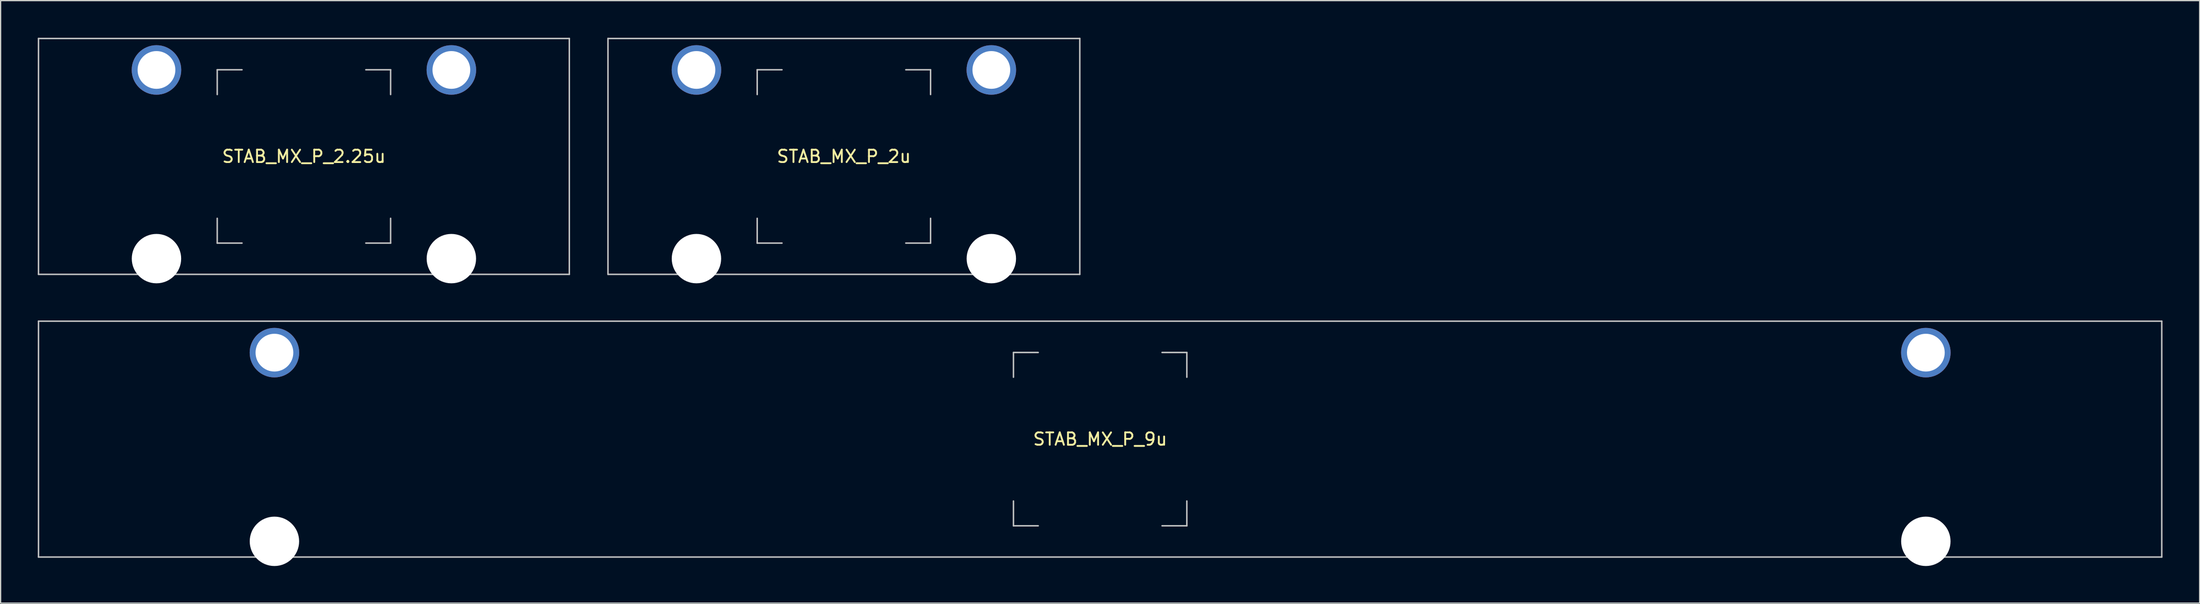
<source format=kicad_pcb>
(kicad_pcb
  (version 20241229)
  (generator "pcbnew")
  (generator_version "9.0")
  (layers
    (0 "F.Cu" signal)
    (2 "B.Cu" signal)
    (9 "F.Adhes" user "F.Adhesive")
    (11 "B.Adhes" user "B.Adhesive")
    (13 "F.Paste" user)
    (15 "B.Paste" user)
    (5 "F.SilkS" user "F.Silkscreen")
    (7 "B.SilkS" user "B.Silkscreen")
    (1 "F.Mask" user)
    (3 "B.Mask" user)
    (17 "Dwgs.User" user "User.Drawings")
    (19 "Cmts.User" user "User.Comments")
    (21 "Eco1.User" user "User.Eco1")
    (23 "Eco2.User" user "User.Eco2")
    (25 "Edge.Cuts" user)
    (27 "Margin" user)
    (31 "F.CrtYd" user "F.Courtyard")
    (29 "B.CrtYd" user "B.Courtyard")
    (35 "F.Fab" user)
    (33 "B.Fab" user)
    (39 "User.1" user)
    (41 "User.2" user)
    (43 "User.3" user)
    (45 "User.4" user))
  (footprint "STAB_MX_P_2.25u"
    (layer "F.Cu")
    (at 21.491 9.585)
    (property "Reference" "STAB_MX_P_2.25u" (at 0 0 0) (layer "F.SilkS") (effects (font (size 1 1) (thickness 0.15))))
    (attr through_hole exclude_from_pos_files exclude_from_bom)
    (fp_line (start -21.431 -9.525) (end -21.431 9.525) (stroke (width 0.12) (type solid)) (layer "Dwgs.User"))
    (fp_line (start -21.431 -9.525) (end 21.431 -9.525) (stroke (width 0.12) (type solid)) (layer "Dwgs.User"))
    (fp_line (start -21.431 9.525) (end 21.431 9.525) (stroke (width 0.12) (type solid)) (layer "Dwgs.User"))
    (fp_line (start -7 -7) (end -5 -7) (stroke (width 0.12) (type solid)) (layer "Dwgs.User"))
    (fp_line (start -7 -5) (end -7 -7) (stroke (width 0.12) (type solid)) (layer "Dwgs.User"))
    (fp_line (start -7 7) (end -7 5) (stroke (width 0.12) (type solid)) (layer "Dwgs.User"))
    (fp_line (start -5 7) (end -7 7) (stroke (width 0.12) (type solid)) (layer "Dwgs.User"))
    (fp_line (start 5 -7) (end 7 -7) (stroke (width 0.12) (type solid)) (layer "Dwgs.User"))
    (fp_line (start 5 7) (end 7 7) (stroke (width 0.12) (type solid)) (layer "Dwgs.User"))
    (fp_line (start 7 -7) (end 7 -5) (stroke (width 0.12) (type solid)) (layer "Dwgs.User"))
    (fp_line (start 7 7) (end 7 5) (stroke (width 0.12) (type solid)) (layer "Dwgs.User"))
    (fp_line (start 21.431 -9.525) (end 21.431 9.525) (stroke (width 0.12) (type solid)) (layer "Dwgs.User"))
    (fp_line (start -15.281 -5.5) (end -15.281 7.5) (stroke (width 0.05) (type solid)) (layer "Eco2.User"))
    (fp_line (start -14.781 -6) (end -9.031 -6) (stroke (width 0.05) (type solid)) (layer "Eco2.User"))
    (fp_line (start -14.781 8) (end -9.031 8) (stroke (width 0.05) (type solid)) (layer "Eco2.User"))
    (fp_line (start -8.531 -5.5) (end -8.531 7.5) (stroke (width 0.05) (type solid)) (layer "Eco2.User"))
    (fp_line (start 8.531 -5.5) (end 8.531 7.5) (stroke (width 0.05) (type solid)) (layer "Eco2.User"))
    (fp_line (start 9.031 -6) (end 14.78 -6) (stroke (width 0.05) (type solid)) (layer "Eco2.User"))
    (fp_line (start 9.031 8) (end 14.781 8) (stroke (width 0.05) (type solid)) (layer "Eco2.User"))
    (fp_line (start 15.28 -5.5) (end 15.281 7.5) (stroke (width 0.05) (type solid)) (layer "Eco2.User"))
    (fp_arc (start -15.28125 -5.499999) (mid -15.134803 -5.853552) (end -14.78125 -5.999999) (stroke (width 0.05) (type solid)) (layer "Eco2.User"))
    (fp_arc (start -14.78125 8.000001) (mid -15.134803 7.853554) (end -15.28125 7.500001) (stroke (width 0.05) (type solid)) (layer "Eco2.User"))
    (fp_arc (start -9.03125 -5.999999) (mid -8.677697 -5.853552) (end -8.53125 -5.499999) (stroke (width 0.05) (type solid)) (layer "Eco2.User"))
    (fp_arc (start -8.53125 7.500001) (mid -8.677697 7.853554) (end -9.03125 8.000001) (stroke (width 0.05) (type solid)) (layer "Eco2.User"))
    (fp_arc (start 8.53125 -5.499999) (mid 8.677697 -5.853552) (end 9.03125 -5.999999) (stroke (width 0.05) (type solid)) (layer "Eco2.User"))
    (fp_arc (start 9.03125 8.000001) (mid 8.677697 7.853554) (end 8.53125 7.500001) (stroke (width 0.05) (type solid)) (layer "Eco2.User"))
    (fp_arc (start 14.780039 -5.999999) (mid 15.133592 -5.853552) (end 15.280039 -5.499999) (stroke (width 0.05) (type solid)) (layer "Eco2.User"))
    (fp_arc (start 15.28125 7.500001) (mid 15.134803 7.853554) (end 14.78125 8.000001) (stroke (width 0.05) (type solid)) (layer "Eco2.User"))
    (pad "" thru_hole circle (at -11.906 -6.985) (size 4 4) (drill 3.048) (layers "*.Cu" "B.Mask"))
    (pad "" np_thru_hole circle (at -11.906 8.255) (size 3.988 3.988) (drill 3.988) (layers "*.Cu" "*.Mask"))
    (pad "" thru_hole circle (at 11.906 -6.985) (size 4 4) (drill 3.048) (layers "*.Cu" "B.Mask"))
    (pad "" np_thru_hole circle (at 11.906 8.255) (size 3.988 3.988) (drill 3.988) (layers "*.Cu" "*.Mask")))
  (footprint "STAB_MX_P_2u"
    (layer "F.Cu")
    (at 65.093 9.585)
    (property "Reference" "STAB_MX_P_2u" (at 0 0 0) (layer "F.SilkS") (effects (font (size 1 1) (thickness 0.15))))
    (attr through_hole exclude_from_pos_files exclude_from_bom)
    (fp_line (start -19.05 -9.525) (end -19.05 9.525) (stroke (width 0.12) (type solid)) (layer "Dwgs.User"))
    (fp_line (start -19.05 -9.525) (end 19.05 -9.525) (stroke (width 0.12) (type solid)) (layer "Dwgs.User"))
    (fp_line (start -19.05 9.525) (end 19.05 9.525) (stroke (width 0.12) (type solid)) (layer "Dwgs.User"))
    (fp_line (start -7 -7) (end -5 -7) (stroke (width 0.12) (type solid)) (layer "Dwgs.User"))
    (fp_line (start -7 -5) (end -7 -7) (stroke (width 0.12) (type solid)) (layer "Dwgs.User"))
    (fp_line (start -7 7) (end -7 5) (stroke (width 0.12) (type solid)) (layer "Dwgs.User"))
    (fp_line (start -5 7) (end -7 7) (stroke (width 0.12) (type solid)) (layer "Dwgs.User"))
    (fp_line (start 5 -7) (end 7 -7) (stroke (width 0.12) (type solid)) (layer "Dwgs.User"))
    (fp_line (start 5 7) (end 7 7) (stroke (width 0.12) (type solid)) (layer "Dwgs.User"))
    (fp_line (start 7 -7) (end 7 -5) (stroke (width 0.12) (type solid)) (layer "Dwgs.User"))
    (fp_line (start 7 7) (end 7 5) (stroke (width 0.12) (type solid)) (layer "Dwgs.User"))
    (fp_line (start 19.05 -9.525) (end 19.05 9.525) (stroke (width 0.12) (type solid)) (layer "Dwgs.User"))
    (fp_line (start -15.281 -5.5) (end -15.281 7.5) (stroke (width 0.05) (type solid)) (layer "Eco2.User"))
    (fp_line (start -14.781 -6) (end -9.031 -6) (stroke (width 0.05) (type solid)) (layer "Eco2.User"))
    (fp_line (start -14.781 8) (end -9.031 8) (stroke (width 0.05) (type solid)) (layer "Eco2.User"))
    (fp_line (start -8.531 -5.5) (end -8.531 7.5) (stroke (width 0.05) (type solid)) (layer "Eco2.User"))
    (fp_line (start 8.531 -5.5) (end 8.531 7.5) (stroke (width 0.05) (type solid)) (layer "Eco2.User"))
    (fp_line (start 9.031 -6) (end 14.78 -6) (stroke (width 0.05) (type solid)) (layer "Eco2.User"))
    (fp_line (start 9.031 8) (end 14.781 8) (stroke (width 0.05) (type solid)) (layer "Eco2.User"))
    (fp_line (start 15.28 -5.5) (end 15.281 7.5) (stroke (width 0.05) (type solid)) (layer "Eco2.User"))
    (fp_arc (start -15.28125 -5.499999) (mid -15.134803 -5.853552) (end -14.78125 -5.999999) (stroke (width 0.05) (type solid)) (layer "Eco2.User"))
    (fp_arc (start -14.78125 8.000001) (mid -15.134803 7.853554) (end -15.28125 7.500001) (stroke (width 0.05) (type solid)) (layer "Eco2.User"))
    (fp_arc (start -9.03125 -5.999999) (mid -8.677697 -5.853552) (end -8.53125 -5.499999) (stroke (width 0.05) (type solid)) (layer "Eco2.User"))
    (fp_arc (start -8.53125 7.500001) (mid -8.677697 7.853554) (end -9.03125 8.000001) (stroke (width 0.05) (type solid)) (layer "Eco2.User"))
    (fp_arc (start 8.53125 -5.499999) (mid 8.677697 -5.853552) (end 9.03125 -5.999999) (stroke (width 0.05) (type solid)) (layer "Eco2.User"))
    (fp_arc (start 9.03125 8.000001) (mid 8.677697 7.853554) (end 8.53125 7.500001) (stroke (width 0.05) (type solid)) (layer "Eco2.User"))
    (fp_arc (start 14.780039 -5.999999) (mid 15.133592 -5.853552) (end 15.280039 -5.499999) (stroke (width 0.05) (type solid)) (layer "Eco2.User"))
    (fp_arc (start 15.28125 7.500001) (mid 15.134803 7.853554) (end 14.78125 8.000001) (stroke (width 0.05) (type solid)) (layer "Eco2.User"))
    (pad "" thru_hole circle (at -11.906 -6.985) (size 4 4) (drill 3.048) (layers "*.Cu" "B.Mask"))
    (pad "" np_thru_hole circle (at -11.906 8.255) (size 3.988 3.988) (drill 3.988) (layers "*.Cu" "*.Mask"))
    (pad "" thru_hole circle (at 11.906 -6.985) (size 4 4) (drill 3.048) (layers "*.Cu" "B.Mask"))
    (pad "" np_thru_hole circle (at 11.906 8.255) (size 3.988 3.988) (drill 3.988) (layers "*.Cu" "*.Mask")))
  (footprint "STAB_MX_P_9u"
    (layer "F.Cu")
    (at 85.785 32.419)
    (property "Reference" "STAB_MX_P_9u" (at 0 0 0) (layer "F.SilkS") (effects (font (size 1 1) (thickness 0.15))))
    (attr through_hole exclude_from_pos_files exclude_from_bom)
    (fp_line (start -85.725 -9.525) (end -85.725 9.525) (stroke (width 0.12) (type solid)) (layer "Dwgs.User"))
    (fp_line (start -85.725 -9.525) (end 85.725 -9.525) (stroke (width 0.12) (type solid)) (layer "Dwgs.User"))
    (fp_line (start -7 -7) (end -5 -7) (stroke (width 0.12) (type solid)) (layer "Dwgs.User"))
    (fp_line (start -7 -5) (end -7 -7) (stroke (width 0.12) (type solid)) (layer "Dwgs.User"))
    (fp_line (start -7 7) (end -7 5) (stroke (width 0.12) (type solid)) (layer "Dwgs.User"))
    (fp_line (start -5 7) (end -7 7) (stroke (width 0.12) (type solid)) (layer "Dwgs.User"))
    (fp_line (start 5 -7) (end 7 -7) (stroke (width 0.12) (type solid)) (layer "Dwgs.User"))
    (fp_line (start 5 7) (end 7 7) (stroke (width 0.12) (type solid)) (layer "Dwgs.User"))
    (fp_line (start 7 -7) (end 7 -5) (stroke (width 0.12) (type solid)) (layer "Dwgs.User"))
    (fp_line (start 7 7) (end 7 5) (stroke (width 0.12) (type solid)) (layer "Dwgs.User"))
    (fp_line (start 85.725 -9.525) (end 85.725 9.525) (stroke (width 0.12) (type solid)) (layer "Dwgs.User"))
    (fp_line (start 85.725 9.525) (end -85.725 9.525) (stroke (width 0.12) (type solid)) (layer "Dwgs.User"))
    (fp_line (start -70.05 -5.5) (end -70.05 7.5) (stroke (width 0.05) (type solid)) (layer "Eco2.User"))
    (fp_line (start -69.55 -6) (end -63.801 -6) (stroke (width 0.05) (type solid)) (layer "Eco2.User"))
    (fp_line (start -69.55 8) (end -63.8 8) (stroke (width 0.05) (type solid)) (layer "Eco2.User"))
    (fp_line (start -63.301 -5.5) (end -63.3 7.5) (stroke (width 0.05) (type solid)) (layer "Eco2.User"))
    (fp_line (start 63.3 -5.5) (end 63.3 7.5) (stroke (width 0.05) (type solid)) (layer "Eco2.User"))
    (fp_line (start 63.8 -6) (end 69.549 -6) (stroke (width 0.05) (type solid)) (layer "Eco2.User"))
    (fp_line (start 63.8 8) (end 69.55 8) (stroke (width 0.05) (type solid)) (layer "Eco2.User"))
    (fp_line (start 70.049 -5.5) (end 70.05 7.5) (stroke (width 0.05) (type solid)) (layer "Eco2.User"))
    (fp_arc (start -70.05 -5.499999) (mid -69.903554 -5.853553) (end -69.55 -5.999999) (stroke (width 0.05) (type solid)) (layer "Eco2.User"))
    (fp_arc (start -69.55 8.000001) (mid -69.903554 7.853554) (end -70.05 7.500001) (stroke (width 0.05) (type solid)) (layer "Eco2.User"))
    (fp_arc (start -63.801211 -5.999999) (mid -63.447651 -5.853556) (end -63.301211 -5.499999) (stroke (width 0.05) (type solid)) (layer "Eco2.User"))
    (fp_arc (start -63.3 7.500001) (mid -63.446447 7.853554) (end -63.8 8.000001) (stroke (width 0.05) (type solid)) (layer "Eco2.User"))
    (fp_arc (start 63.3 -5.499999) (mid 63.446446 -5.853553) (end 63.8 -5.999999) (stroke (width 0.05) (type solid)) (layer "Eco2.User"))
    (fp_arc (start 63.8 8.000001) (mid 63.446446 7.853554) (end 63.3 7.500001) (stroke (width 0.05) (type solid)) (layer "Eco2.User"))
    (fp_arc (start 69.548789 -5.999999) (mid 69.902349 -5.853556) (end 70.048789 -5.499999) (stroke (width 0.05) (type solid)) (layer "Eco2.User"))
    (fp_arc (start 70.05 7.500001) (mid 69.903553 7.853554) (end 69.55 8.000001) (stroke (width 0.05) (type solid)) (layer "Eco2.User"))
    (pad "" thru_hole circle (at -66.675 -6.985) (size 4 4) (drill 3.048) (layers "*.Cu" "B.Mask"))
    (pad "" np_thru_hole circle (at -66.675 8.255) (size 3.988 3.988) (drill 3.988) (layers "*.Cu" "*.Mask"))
    (pad "" thru_hole circle (at 66.675 -6.985) (size 4 4) (drill 3.048) (layers "*.Cu" "B.Mask"))
    (pad "" np_thru_hole circle (at 66.675 8.255) (size 3.988 3.988) (drill 3.988) (layers "*.Cu" "*.Mask")))
  (gr_rect
    (start -3 -3)
    (end 174.57 45.668)
    (stroke (width 0.1) (type default))
    (fill no)
    (layer "Edge.Cuts")))
</source>
